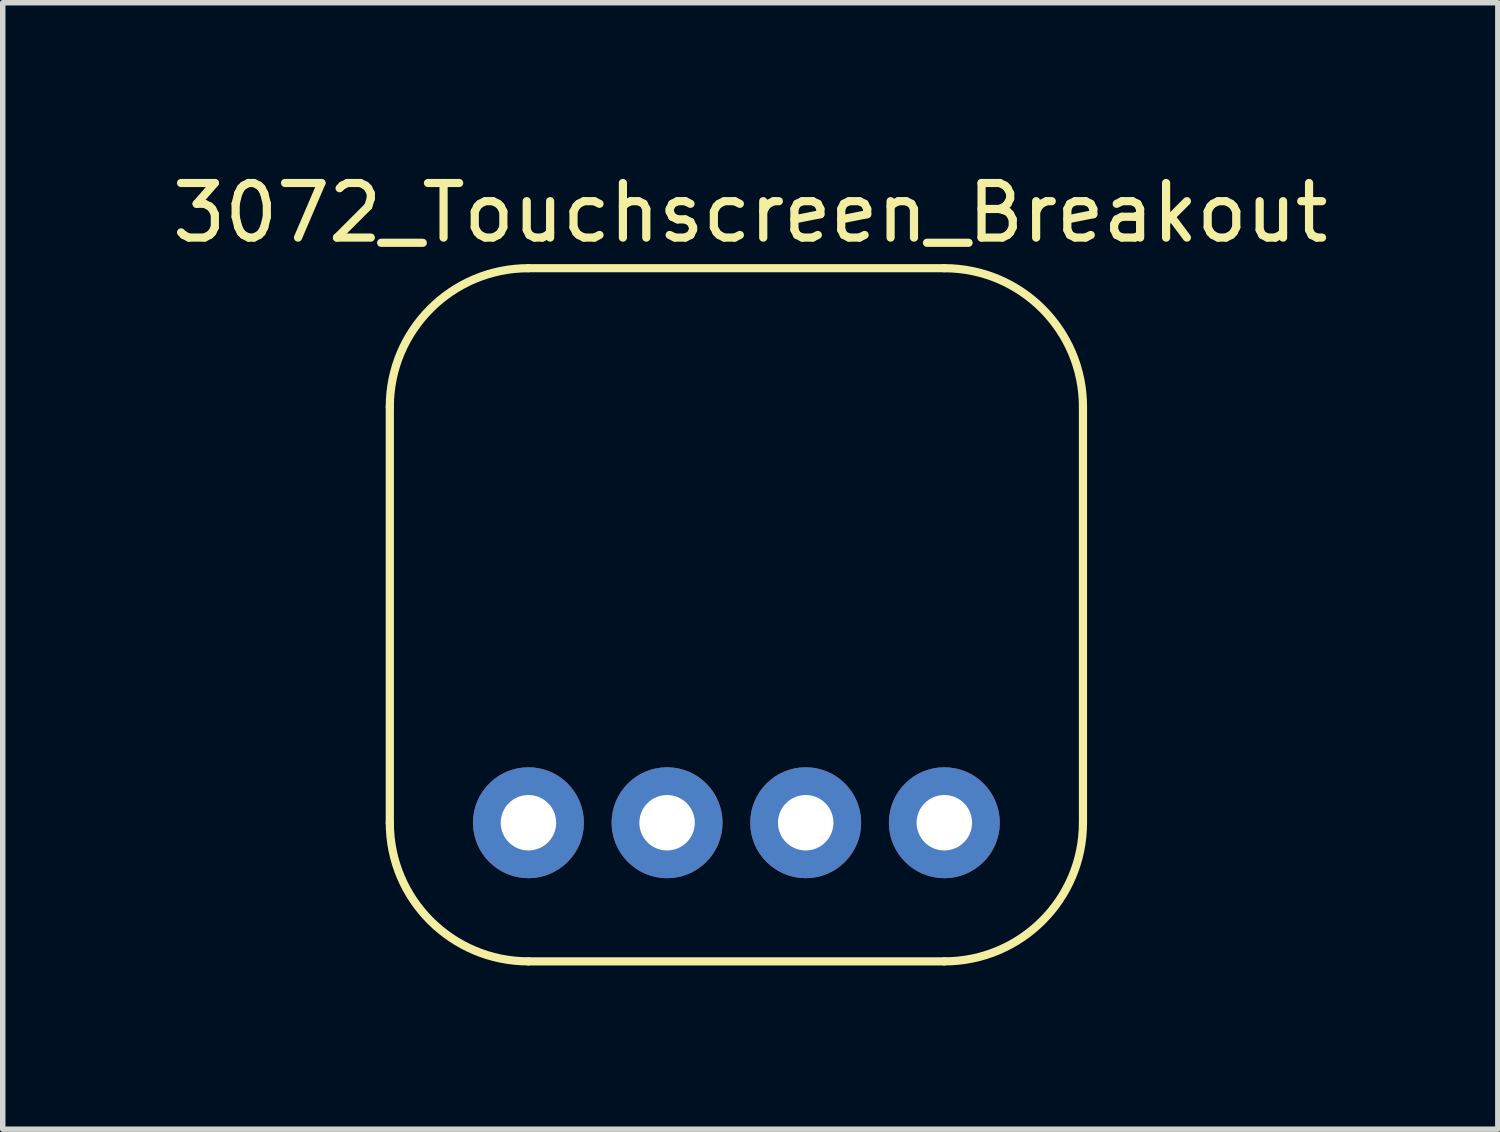
<source format=kicad_pcb>
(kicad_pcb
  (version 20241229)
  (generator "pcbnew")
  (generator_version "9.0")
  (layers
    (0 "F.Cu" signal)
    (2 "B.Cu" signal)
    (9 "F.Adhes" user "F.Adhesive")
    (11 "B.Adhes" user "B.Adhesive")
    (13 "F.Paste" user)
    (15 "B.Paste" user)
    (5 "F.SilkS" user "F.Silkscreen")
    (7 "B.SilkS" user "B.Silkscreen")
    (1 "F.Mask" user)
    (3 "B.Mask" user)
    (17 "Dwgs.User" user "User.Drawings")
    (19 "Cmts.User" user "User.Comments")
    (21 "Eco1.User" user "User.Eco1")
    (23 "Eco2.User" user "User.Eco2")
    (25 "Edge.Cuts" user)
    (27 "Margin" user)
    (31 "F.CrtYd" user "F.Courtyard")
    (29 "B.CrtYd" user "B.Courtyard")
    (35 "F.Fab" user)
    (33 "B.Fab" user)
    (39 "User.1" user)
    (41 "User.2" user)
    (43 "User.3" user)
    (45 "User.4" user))
  (footprint "3072_Touchscreen_Breakout"
    (layer "F.Cu")
    (at 6.632 12.024)
    (property "Reference" "3072_Touchscreen_Breakout" (at 4.064 -11.176 0) (layer "F.SilkS") (effects (font (size 1 1) (thickness 0.15))))
    (attr through_hole)
    (fp_line (start -2.54 -7.62) (end -2.54 0) (stroke (width 0.15) (type solid)) (layer "F.SilkS"))
    (fp_line (start 0 -10.16) (end 7.62 -10.16) (stroke (width 0.15) (type solid)) (layer "F.SilkS"))
    (fp_line (start 7.62 2.54) (end 0 2.54) (stroke (width 0.15) (type solid)) (layer "F.SilkS"))
    (fp_line (start 10.16 -7.62) (end 10.16 0) (stroke (width 0.15) (type solid)) (layer "F.SilkS"))
    (fp_arc (start -2.54 -7.62) (mid -1.796051 -9.416051) (end 0 -10.16) (stroke (width 0.15) (type solid)) (layer "F.SilkS"))
    (fp_arc (start 0 2.54) (mid -1.796051 1.796051) (end -2.54 0) (stroke (width 0.15) (type solid)) (layer "F.SilkS"))
    (fp_arc (start 7.62 -10.16) (mid 9.416051 -9.416051) (end 10.16 -7.62) (stroke (width 0.15) (type solid)) (layer "F.SilkS"))
    (fp_arc (start 10.16 0) (mid 9.416051 1.796051) (end 7.62 2.54) (stroke (width 0.15) (type solid)) (layer "F.SilkS"))
    (pad "1" thru_hole circle (at 0 0) (size 2.032 2.032) (drill 1.016) (layers "*.Cu" "*.Mask"))
    (pad "2" thru_hole circle (at 2.54 0) (size 2.032 2.032) (drill 1.016) (layers "*.Cu" "*.Mask"))
    (pad "3" thru_hole circle (at 5.08 0) (size 2.032 2.032) (drill 1.016) (layers "*.Cu" "*.Mask"))
    (pad "4" thru_hole circle (at 7.62 0) (size 2.032 2.032) (drill 1.016) (layers "*.Cu" "*.Mask")))
  (gr_rect
    (start -3 -3)
    (end 24.393 17.639)
    (stroke (width 0.1) (type default))
    (fill no)
    (layer "Edge.Cuts")))
</source>
